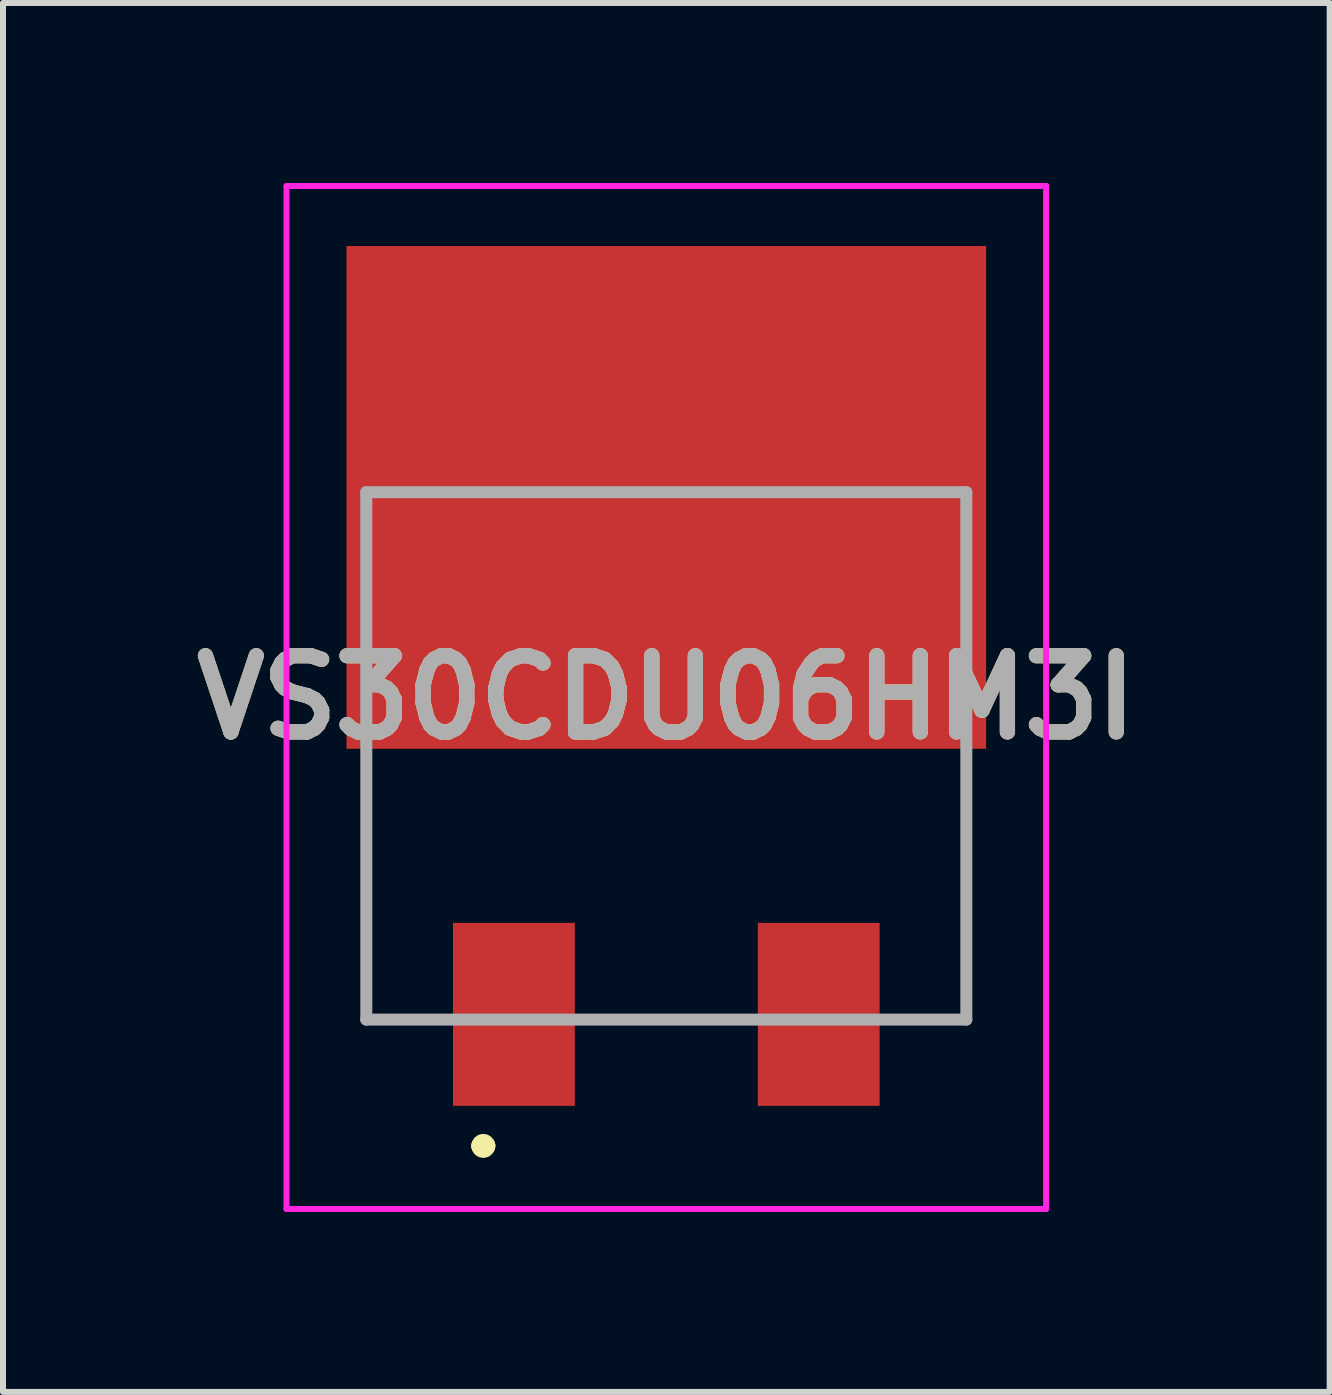
<source format=kicad_pcb>
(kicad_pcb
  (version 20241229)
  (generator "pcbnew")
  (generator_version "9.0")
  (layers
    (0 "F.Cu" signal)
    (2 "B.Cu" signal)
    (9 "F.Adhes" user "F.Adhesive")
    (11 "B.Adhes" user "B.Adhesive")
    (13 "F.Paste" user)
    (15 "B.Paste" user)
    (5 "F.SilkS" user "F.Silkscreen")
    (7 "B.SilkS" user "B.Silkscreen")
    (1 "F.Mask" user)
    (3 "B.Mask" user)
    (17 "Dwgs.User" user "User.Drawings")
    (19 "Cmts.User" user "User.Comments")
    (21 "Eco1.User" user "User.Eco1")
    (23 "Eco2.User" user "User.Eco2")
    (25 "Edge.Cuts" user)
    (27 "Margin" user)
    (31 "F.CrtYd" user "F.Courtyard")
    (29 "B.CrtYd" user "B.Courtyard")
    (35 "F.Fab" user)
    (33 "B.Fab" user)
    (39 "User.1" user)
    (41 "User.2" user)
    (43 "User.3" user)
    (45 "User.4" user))
  (footprint "VS30CDU06HM3I"
    (layer "F.Cu")
    (at 8.055 9.548)
    (property "Reference" "VS30CDU06HM3I" (at 0 -0.974 0) (layer "F.SilkS") (effects (font (size 1.27 1.27) (thickness 0.254))))
    (attr smd)
    (fp_line (start -5 0.5) (end -5 4.395) (stroke (width 0.1) (type solid)) (layer "F.SilkS"))
    (fp_line (start -5 4.395) (end -4 4.395) (stroke (width 0.1) (type solid)) (layer "F.SilkS"))
    (fp_line (start -3.1 6.5) (end -3.1 6.5) (stroke (width 0.3) (type solid)) (layer "F.SilkS"))
    (fp_line (start -3 6.5) (end -3 6.5) (stroke (width 0.3) (type solid)) (layer "F.SilkS"))
    (fp_line (start -1 4.395) (end 1 4.395) (stroke (width 0.1) (type solid)) (layer "F.SilkS"))
    (fp_line (start 5 0) (end 5 4.395) (stroke (width 0.1) (type solid)) (layer "F.SilkS"))
    (fp_line (start 5 4.395) (end 4 4.395) (stroke (width 0.1) (type solid)) (layer "F.SilkS"))
    (fp_arc (start -3.1 6.5) (mid -3.05 6.45) (end -3 6.5) (stroke (width 0.3) (type solid)) (layer "F.SilkS"))
    (fp_arc (start -3 6.5) (mid -3.05 6.55) (end -3.1 6.5) (stroke (width 0.3) (type solid)) (layer "F.SilkS"))
    (fp_line (start -6.33 -9.498) (end 6.33 -9.498) (stroke (width 0.1) (type solid)) (layer "F.CrtYd"))
    (fp_line (start -6.33 7.55) (end -6.33 -9.498) (stroke (width 0.1) (type solid)) (layer "F.CrtYd"))
    (fp_line (start 6.33 -9.498) (end 6.33 7.55) (stroke (width 0.1) (type solid)) (layer "F.CrtYd"))
    (fp_line (start 6.33 7.55) (end -6.33 7.55) (stroke (width 0.1) (type solid)) (layer "F.CrtYd"))
    (fp_line (start -5 -4.395) (end 5 -4.395) (stroke (width 0.2) (type solid)) (layer "F.Fab"))
    (fp_line (start -5 4.395) (end -5 -4.395) (stroke (width 0.2) (type solid)) (layer "F.Fab"))
    (fp_line (start 5 -4.395) (end 5 4.395) (stroke (width 0.2) (type solid)) (layer "F.Fab"))
    (fp_line (start 5 4.395) (end -5 4.395) (stroke (width 0.2) (type solid)) (layer "F.Fab"))
    (fp_text user "${REFERENCE}" (at 0 -0.974 0) (layer "F.Fab") (effects (font (size 1.27 1.27) (thickness 0.254))))
    (pad "1" smd rect (at -2.54 4.308) (size 2.03 3.05) (layers "F.Cu" "F.Mask" "F.Paste"))
    (pad "2" smd rect (at 2.54 4.308) (size 2.03 3.05) (layers "F.Cu" "F.Mask" "F.Paste"))
    (pad "3" smd rect (at 0 -4.308 90) (size 8.38 10.66) (layers "F.Cu" "F.Mask" "F.Paste")))
  (gr_rect
    (start -3 -3)
    (end 19.111 20.148)
    (stroke (width 0.1) (type default))
    (fill no)
    (layer "Edge.Cuts")))
</source>
